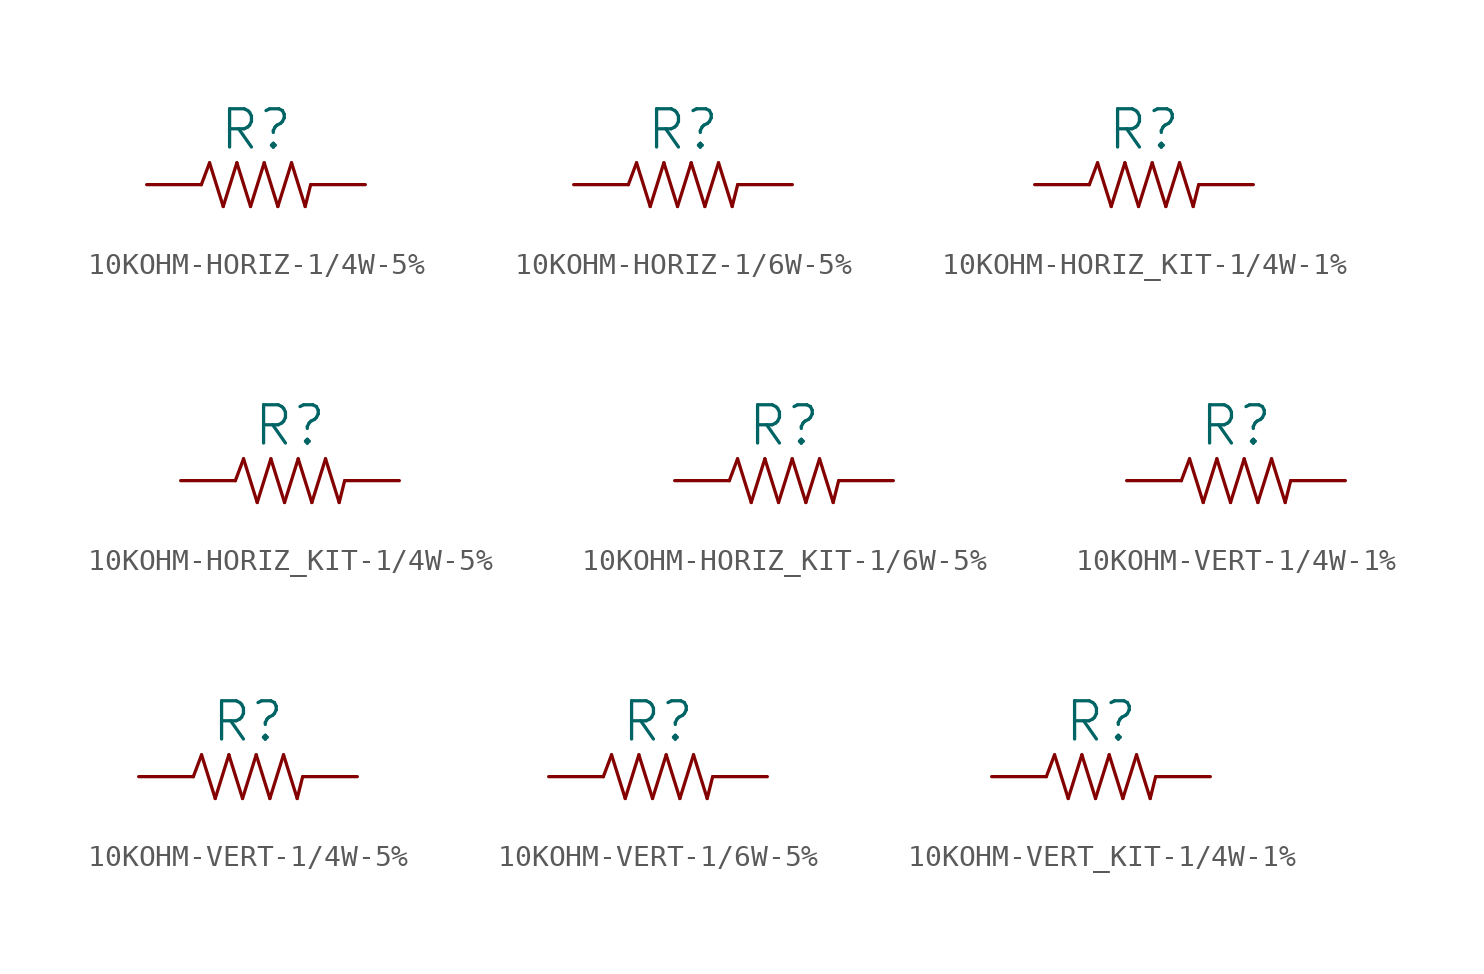
<source format=kicad_sym>
(kicad_symbol_lib
  (version 20220914)
  (generator kicad_symbol_editor)
  (symbol "10KOHM-HORIZ-1/4W-5%"
    (property "Reference" "R"
      (at 0 1.524 0)
      (effects (font (size 1.778 1.778)) (justify bottom)))
    (property "Value" ""
      (at 0 -1.524 0)
      (effects (font (size 1.778 1.778)) (justify top)))
    (property "ki_locked" ""
      (at 0 0 0)
      (effects (font (size 1.27 1.27))))
    (symbol "10KOHM-HORIZ-1/4W-5%_1_0"
      (polyline (pts (xy -2.54 0) (xy -2.159 1.016)) (stroke (width 0.152) (type solid)) (fill (type none)))
      (polyline (pts (xy -2.159 1.016) (xy -1.524 -1.016)) (stroke (width 0.152) (type solid)) (fill (type none)))
      (polyline (pts (xy -1.524 -1.016) (xy -0.889 1.016)) (stroke (width 0.152) (type solid)) (fill (type none)))
      (polyline (pts (xy -0.889 1.016) (xy -0.254 -1.016)) (stroke (width 0.152) (type solid)) (fill (type none)))
      (polyline (pts (xy -0.254 -1.016) (xy 0.381 1.016)) (stroke (width 0.152) (type solid)) (fill (type none)))
      (polyline (pts (xy 0.381 1.016) (xy 1.016 -1.016)) (stroke (width 0.152) (type solid)) (fill (type none)))
      (polyline (pts (xy 1.016 -1.016) (xy 1.651 1.016)) (stroke (width 0.152) (type solid)) (fill (type none)))
      (polyline (pts (xy 1.651 1.016) (xy 2.286 -1.016)) (stroke (width 0.152) (type solid)) (fill (type none)))
      (polyline (pts (xy 2.286 -1.016) (xy 2.54 0)) (stroke (width 0.152) (type solid)) (fill (type none)))
      (pin passive line (at -5.08 0 0) (length 2.54) (name "1" (effects (font (size 0 0)))) (number "P$1" (effects (font (size 0 0)))))
      (pin passive line (at 5.08 0 180) (length 2.54) (name "2" (effects (font (size 0 0)))) (number "P$2" (effects (font (size 0 0)))))))
  (symbol "10KOHM-HORIZ-1/6W-5%"
    (property "Reference" "R"
      (at 0 1.524 0)
      (effects (font (size 1.778 1.778)) (justify bottom)))
    (property "Value" ""
      (at 0 -1.524 0)
      (effects (font (size 1.778 1.778)) (justify top)))
    (property "ki_locked" ""
      (at 0 0 0)
      (effects (font (size 1.27 1.27))))
    (symbol "10KOHM-HORIZ-1/6W-5%_1_0"
      (polyline (pts (xy -2.54 0) (xy -2.159 1.016)) (stroke (width 0.152) (type solid)) (fill (type none)))
      (polyline (pts (xy -2.159 1.016) (xy -1.524 -1.016)) (stroke (width 0.152) (type solid)) (fill (type none)))
      (polyline (pts (xy -1.524 -1.016) (xy -0.889 1.016)) (stroke (width 0.152) (type solid)) (fill (type none)))
      (polyline (pts (xy -0.889 1.016) (xy -0.254 -1.016)) (stroke (width 0.152) (type solid)) (fill (type none)))
      (polyline (pts (xy -0.254 -1.016) (xy 0.381 1.016)) (stroke (width 0.152) (type solid)) (fill (type none)))
      (polyline (pts (xy 0.381 1.016) (xy 1.016 -1.016)) (stroke (width 0.152) (type solid)) (fill (type none)))
      (polyline (pts (xy 1.016 -1.016) (xy 1.651 1.016)) (stroke (width 0.152) (type solid)) (fill (type none)))
      (polyline (pts (xy 1.651 1.016) (xy 2.286 -1.016)) (stroke (width 0.152) (type solid)) (fill (type none)))
      (polyline (pts (xy 2.286 -1.016) (xy 2.54 0)) (stroke (width 0.152) (type solid)) (fill (type none)))
      (pin passive line (at -5.08 0 0) (length 2.54) (name "1" (effects (font (size 0 0)))) (number "P$1" (effects (font (size 0 0)))))
      (pin passive line (at 5.08 0 180) (length 2.54) (name "2" (effects (font (size 0 0)))) (number "P$2" (effects (font (size 0 0)))))))
  (symbol "10KOHM-HORIZ_KIT-1/4W-1%"
    (property "Reference" "R"
      (at 0 1.524 0)
      (effects (font (size 1.778 1.778)) (justify bottom)))
    (property "Value" ""
      (at 0 -1.524 0)
      (effects (font (size 1.778 1.778)) (justify top)))
    (property "ki_locked" ""
      (at 0 0 0)
      (effects (font (size 1.27 1.27))))
    (symbol "10KOHM-HORIZ_KIT-1/4W-1%_1_0"
      (polyline (pts (xy -2.54 0) (xy -2.159 1.016)) (stroke (width 0.152) (type solid)) (fill (type none)))
      (polyline (pts (xy -2.159 1.016) (xy -1.524 -1.016)) (stroke (width 0.152) (type solid)) (fill (type none)))
      (polyline (pts (xy -1.524 -1.016) (xy -0.889 1.016)) (stroke (width 0.152) (type solid)) (fill (type none)))
      (polyline (pts (xy -0.889 1.016) (xy -0.254 -1.016)) (stroke (width 0.152) (type solid)) (fill (type none)))
      (polyline (pts (xy -0.254 -1.016) (xy 0.381 1.016)) (stroke (width 0.152) (type solid)) (fill (type none)))
      (polyline (pts (xy 0.381 1.016) (xy 1.016 -1.016)) (stroke (width 0.152) (type solid)) (fill (type none)))
      (polyline (pts (xy 1.016 -1.016) (xy 1.651 1.016)) (stroke (width 0.152) (type solid)) (fill (type none)))
      (polyline (pts (xy 1.651 1.016) (xy 2.286 -1.016)) (stroke (width 0.152) (type solid)) (fill (type none)))
      (polyline (pts (xy 2.286 -1.016) (xy 2.54 0)) (stroke (width 0.152) (type solid)) (fill (type none)))
      (pin passive line (at -5.08 0 0) (length 2.54) (name "1" (effects (font (size 0 0)))) (number "P$1" (effects (font (size 0 0)))))
      (pin passive line (at 5.08 0 180) (length 2.54) (name "2" (effects (font (size 0 0)))) (number "P$2" (effects (font (size 0 0)))))))
  (symbol "10KOHM-HORIZ_KIT-1/4W-5%"
    (property "Reference" "R"
      (at 0 1.524 0)
      (effects (font (size 1.778 1.778)) (justify bottom)))
    (property "Value" ""
      (at 0 -1.524 0)
      (effects (font (size 1.778 1.778)) (justify top)))
    (property "ki_locked" ""
      (at 0 0 0)
      (effects (font (size 1.27 1.27))))
    (symbol "10KOHM-HORIZ_KIT-1/4W-5%_1_0"
      (polyline (pts (xy -2.54 0) (xy -2.159 1.016)) (stroke (width 0.152) (type solid)) (fill (type none)))
      (polyline (pts (xy -2.159 1.016) (xy -1.524 -1.016)) (stroke (width 0.152) (type solid)) (fill (type none)))
      (polyline (pts (xy -1.524 -1.016) (xy -0.889 1.016)) (stroke (width 0.152) (type solid)) (fill (type none)))
      (polyline (pts (xy -0.889 1.016) (xy -0.254 -1.016)) (stroke (width 0.152) (type solid)) (fill (type none)))
      (polyline (pts (xy -0.254 -1.016) (xy 0.381 1.016)) (stroke (width 0.152) (type solid)) (fill (type none)))
      (polyline (pts (xy 0.381 1.016) (xy 1.016 -1.016)) (stroke (width 0.152) (type solid)) (fill (type none)))
      (polyline (pts (xy 1.016 -1.016) (xy 1.651 1.016)) (stroke (width 0.152) (type solid)) (fill (type none)))
      (polyline (pts (xy 1.651 1.016) (xy 2.286 -1.016)) (stroke (width 0.152) (type solid)) (fill (type none)))
      (polyline (pts (xy 2.286 -1.016) (xy 2.54 0)) (stroke (width 0.152) (type solid)) (fill (type none)))
      (pin passive line (at -5.08 0 0) (length 2.54) (name "1" (effects (font (size 0 0)))) (number "P$1" (effects (font (size 0 0)))))
      (pin passive line (at 5.08 0 180) (length 2.54) (name "2" (effects (font (size 0 0)))) (number "P$2" (effects (font (size 0 0)))))))
  (symbol "10KOHM-HORIZ_KIT-1/6W-5%"
    (property "Reference" "R"
      (at 0 1.524 0)
      (effects (font (size 1.778 1.778)) (justify bottom)))
    (property "Value" ""
      (at 0 -1.524 0)
      (effects (font (size 1.778 1.778)) (justify top)))
    (property "ki_locked" ""
      (at 0 0 0)
      (effects (font (size 1.27 1.27))))
    (symbol "10KOHM-HORIZ_KIT-1/6W-5%_1_0"
      (polyline (pts (xy -2.54 0) (xy -2.159 1.016)) (stroke (width 0.152) (type solid)) (fill (type none)))
      (polyline (pts (xy -2.159 1.016) (xy -1.524 -1.016)) (stroke (width 0.152) (type solid)) (fill (type none)))
      (polyline (pts (xy -1.524 -1.016) (xy -0.889 1.016)) (stroke (width 0.152) (type solid)) (fill (type none)))
      (polyline (pts (xy -0.889 1.016) (xy -0.254 -1.016)) (stroke (width 0.152) (type solid)) (fill (type none)))
      (polyline (pts (xy -0.254 -1.016) (xy 0.381 1.016)) (stroke (width 0.152) (type solid)) (fill (type none)))
      (polyline (pts (xy 0.381 1.016) (xy 1.016 -1.016)) (stroke (width 0.152) (type solid)) (fill (type none)))
      (polyline (pts (xy 1.016 -1.016) (xy 1.651 1.016)) (stroke (width 0.152) (type solid)) (fill (type none)))
      (polyline (pts (xy 1.651 1.016) (xy 2.286 -1.016)) (stroke (width 0.152) (type solid)) (fill (type none)))
      (polyline (pts (xy 2.286 -1.016) (xy 2.54 0)) (stroke (width 0.152) (type solid)) (fill (type none)))
      (pin passive line (at -5.08 0 0) (length 2.54) (name "1" (effects (font (size 0 0)))) (number "P$1" (effects (font (size 0 0)))))
      (pin passive line (at 5.08 0 180) (length 2.54) (name "2" (effects (font (size 0 0)))) (number "P$2" (effects (font (size 0 0)))))))
  (symbol "10KOHM-VERT-1/4W-1%"
    (property "Reference" "R"
      (at 0 1.524 0)
      (effects (font (size 1.778 1.778)) (justify bottom)))
    (property "Value" ""
      (at 0 -1.524 0)
      (effects (font (size 1.778 1.778)) (justify top)))
    (property "ki_locked" ""
      (at 0 0 0)
      (effects (font (size 1.27 1.27))))
    (symbol "10KOHM-VERT-1/4W-1%_1_0"
      (polyline (pts (xy -2.54 0) (xy -2.159 1.016)) (stroke (width 0.152) (type solid)) (fill (type none)))
      (polyline (pts (xy -2.159 1.016) (xy -1.524 -1.016)) (stroke (width 0.152) (type solid)) (fill (type none)))
      (polyline (pts (xy -1.524 -1.016) (xy -0.889 1.016)) (stroke (width 0.152) (type solid)) (fill (type none)))
      (polyline (pts (xy -0.889 1.016) (xy -0.254 -1.016)) (stroke (width 0.152) (type solid)) (fill (type none)))
      (polyline (pts (xy -0.254 -1.016) (xy 0.381 1.016)) (stroke (width 0.152) (type solid)) (fill (type none)))
      (polyline (pts (xy 0.381 1.016) (xy 1.016 -1.016)) (stroke (width 0.152) (type solid)) (fill (type none)))
      (polyline (pts (xy 1.016 -1.016) (xy 1.651 1.016)) (stroke (width 0.152) (type solid)) (fill (type none)))
      (polyline (pts (xy 1.651 1.016) (xy 2.286 -1.016)) (stroke (width 0.152) (type solid)) (fill (type none)))
      (polyline (pts (xy 2.286 -1.016) (xy 2.54 0)) (stroke (width 0.152) (type solid)) (fill (type none)))
      (pin passive line (at -5.08 0 0) (length 2.54) (name "1" (effects (font (size 0 0)))) (number "P$1" (effects (font (size 0 0)))))
      (pin passive line (at 5.08 0 180) (length 2.54) (name "2" (effects (font (size 0 0)))) (number "P$2" (effects (font (size 0 0)))))))
  (symbol "10KOHM-VERT-1/4W-5%"
    (property "Reference" "R"
      (at 0 1.524 0)
      (effects (font (size 1.778 1.778)) (justify bottom)))
    (property "Value" ""
      (at 0 -1.524 0)
      (effects (font (size 1.778 1.778)) (justify top)))
    (property "ki_locked" ""
      (at 0 0 0)
      (effects (font (size 1.27 1.27))))
    (symbol "10KOHM-VERT-1/4W-5%_1_0"
      (polyline (pts (xy -2.54 0) (xy -2.159 1.016)) (stroke (width 0.152) (type solid)) (fill (type none)))
      (polyline (pts (xy -2.159 1.016) (xy -1.524 -1.016)) (stroke (width 0.152) (type solid)) (fill (type none)))
      (polyline (pts (xy -1.524 -1.016) (xy -0.889 1.016)) (stroke (width 0.152) (type solid)) (fill (type none)))
      (polyline (pts (xy -0.889 1.016) (xy -0.254 -1.016)) (stroke (width 0.152) (type solid)) (fill (type none)))
      (polyline (pts (xy -0.254 -1.016) (xy 0.381 1.016)) (stroke (width 0.152) (type solid)) (fill (type none)))
      (polyline (pts (xy 0.381 1.016) (xy 1.016 -1.016)) (stroke (width 0.152) (type solid)) (fill (type none)))
      (polyline (pts (xy 1.016 -1.016) (xy 1.651 1.016)) (stroke (width 0.152) (type solid)) (fill (type none)))
      (polyline (pts (xy 1.651 1.016) (xy 2.286 -1.016)) (stroke (width 0.152) (type solid)) (fill (type none)))
      (polyline (pts (xy 2.286 -1.016) (xy 2.54 0)) (stroke (width 0.152) (type solid)) (fill (type none)))
      (pin passive line (at -5.08 0 0) (length 2.54) (name "1" (effects (font (size 0 0)))) (number "P$1" (effects (font (size 0 0)))))
      (pin passive line (at 5.08 0 180) (length 2.54) (name "2" (effects (font (size 0 0)))) (number "P$2" (effects (font (size 0 0)))))))
  (symbol "10KOHM-VERT-1/6W-5%"
    (property "Reference" "R"
      (at 0 1.524 0)
      (effects (font (size 1.778 1.778)) (justify bottom)))
    (property "Value" ""
      (at 0 -1.524 0)
      (effects (font (size 1.778 1.778)) (justify top)))
    (property "ki_locked" ""
      (at 0 0 0)
      (effects (font (size 1.27 1.27))))
    (symbol "10KOHM-VERT-1/6W-5%_1_0"
      (polyline (pts (xy -2.54 0) (xy -2.159 1.016)) (stroke (width 0.152) (type solid)) (fill (type none)))
      (polyline (pts (xy -2.159 1.016) (xy -1.524 -1.016)) (stroke (width 0.152) (type solid)) (fill (type none)))
      (polyline (pts (xy -1.524 -1.016) (xy -0.889 1.016)) (stroke (width 0.152) (type solid)) (fill (type none)))
      (polyline (pts (xy -0.889 1.016) (xy -0.254 -1.016)) (stroke (width 0.152) (type solid)) (fill (type none)))
      (polyline (pts (xy -0.254 -1.016) (xy 0.381 1.016)) (stroke (width 0.152) (type solid)) (fill (type none)))
      (polyline (pts (xy 0.381 1.016) (xy 1.016 -1.016)) (stroke (width 0.152) (type solid)) (fill (type none)))
      (polyline (pts (xy 1.016 -1.016) (xy 1.651 1.016)) (stroke (width 0.152) (type solid)) (fill (type none)))
      (polyline (pts (xy 1.651 1.016) (xy 2.286 -1.016)) (stroke (width 0.152) (type solid)) (fill (type none)))
      (polyline (pts (xy 2.286 -1.016) (xy 2.54 0)) (stroke (width 0.152) (type solid)) (fill (type none)))
      (pin passive line (at -5.08 0 0) (length 2.54) (name "1" (effects (font (size 0 0)))) (number "P$1" (effects (font (size 0 0)))))
      (pin passive line (at 5.08 0 180) (length 2.54) (name "2" (effects (font (size 0 0)))) (number "P$2" (effects (font (size 0 0)))))))
  (symbol "10KOHM-VERT_KIT-1/4W-1%"
    (property "Reference" "R"
      (at 0 1.524 0)
      (effects (font (size 1.778 1.778)) (justify bottom)))
    (property "Value" ""
      (at 0 -1.524 0)
      (effects (font (size 1.778 1.778)) (justify top)))
    (property "ki_locked" ""
      (at 0 0 0)
      (effects (font (size 1.27 1.27))))
    (symbol "10KOHM-VERT_KIT-1/4W-1%_1_0"
      (polyline (pts (xy -2.54 0) (xy -2.159 1.016)) (stroke (width 0.152) (type solid)) (fill (type none)))
      (polyline (pts (xy -2.159 1.016) (xy -1.524 -1.016)) (stroke (width 0.152) (type solid)) (fill (type none)))
      (polyline (pts (xy -1.524 -1.016) (xy -0.889 1.016)) (stroke (width 0.152) (type solid)) (fill (type none)))
      (polyline (pts (xy -0.889 1.016) (xy -0.254 -1.016)) (stroke (width 0.152) (type solid)) (fill (type none)))
      (polyline (pts (xy -0.254 -1.016) (xy 0.381 1.016)) (stroke (width 0.152) (type solid)) (fill (type none)))
      (polyline (pts (xy 0.381 1.016) (xy 1.016 -1.016)) (stroke (width 0.152) (type solid)) (fill (type none)))
      (polyline (pts (xy 1.016 -1.016) (xy 1.651 1.016)) (stroke (width 0.152) (type solid)) (fill (type none)))
      (polyline (pts (xy 1.651 1.016) (xy 2.286 -1.016)) (stroke (width 0.152) (type solid)) (fill (type none)))
      (polyline (pts (xy 2.286 -1.016) (xy 2.54 0)) (stroke (width 0.152) (type solid)) (fill (type none)))
      (pin passive line (at -5.08 0 0) (length 2.54) (name "1" (effects (font (size 0 0)))) (number "P$1" (effects (font (size 0 0)))))
      (pin passive line (at 5.08 0 180) (length 2.54) (name "2" (effects (font (size 0 0)))) (number "P$2" (effects (font (size 0 0))))))))
</source>
